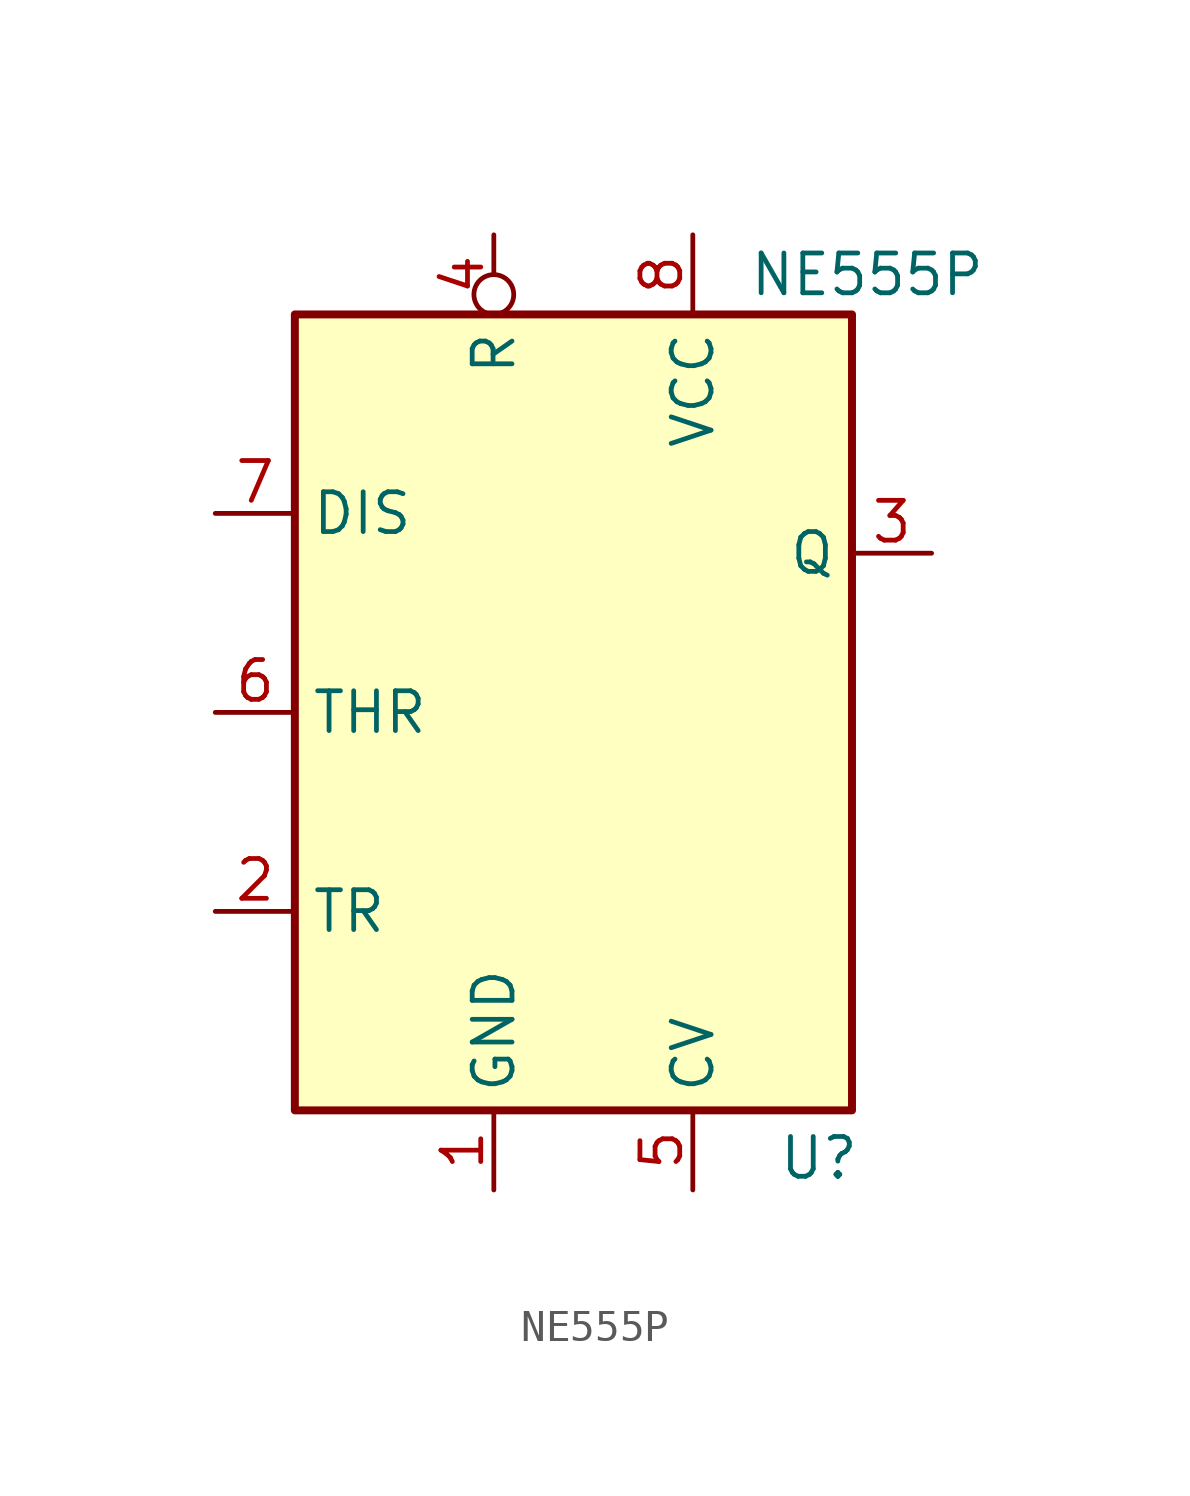
<source format=kicad_sym>
(kicad_symbol_lib
  (version 20231120)
  (generator "kicad_symbol_editor")
  (generator_version "8.0")
  (symbol "NE555P"
    (property "Reference" "U"
      (at 9.144 -19.304 0)
      (effects (font (size 1.27 1.27)) (justify right)))
    (property "Value" "NE555P"
      (at 5.588 8.89 0)
      (effects (font (size 1.27 1.27)) (justify left)))
    (symbol "NE555P_0_0"
      (pin power_in line (at -2.54 -20.32 90) (length 2.54) (name "GND" (effects (font (size 1.27 1.27)))) (number "1" (effects (font (size 1.27 1.27)))))
      (pin power_in line (at 3.81 10.16 270) (length 2.54) (name "VCC" (effects (font (size 1.27 1.27)))) (number "8" (effects (font (size 1.27 1.27))))))
    (symbol "NE555P_0_1"
      (rectangle (start -8.89 7.62) (end 8.89 -17.78) (stroke (width 0.254) (type default)) (fill (type background))))
    (symbol "NE555P_1_1"
      (pin input line (at -11.43 -11.43 0) (length 2.54) (name "TR" (effects (font (size 1.27 1.27)))) (number "2" (effects (font (size 1.27 1.27)))))
      (pin output line (at 11.43 0 180) (length 2.54) (name "Q" (effects (font (size 1.27 1.27)))) (number "3" (effects (font (size 1.27 1.27)))))
      (pin input inverted (at -2.54 10.16 270) (length 2.54) (name "R" (effects (font (size 1.27 1.27)))) (number "4" (effects (font (size 1.27 1.27)))))
      (pin input line (at 3.81 -20.32 90) (length 2.54) (name "CV" (effects (font (size 1.27 1.27)))) (number "5" (effects (font (size 1.27 1.27)))))
      (pin input line (at -11.43 -5.08 0) (length 2.54) (name "THR" (effects (font (size 1.27 1.27)))) (number "6" (effects (font (size 1.27 1.27)))))
      (pin input line (at -11.43 1.27 0) (length 2.54) (name "DIS" (effects (font (size 1.27 1.27)))) (number "7" (effects (font (size 1.27 1.27))))))))
</source>
